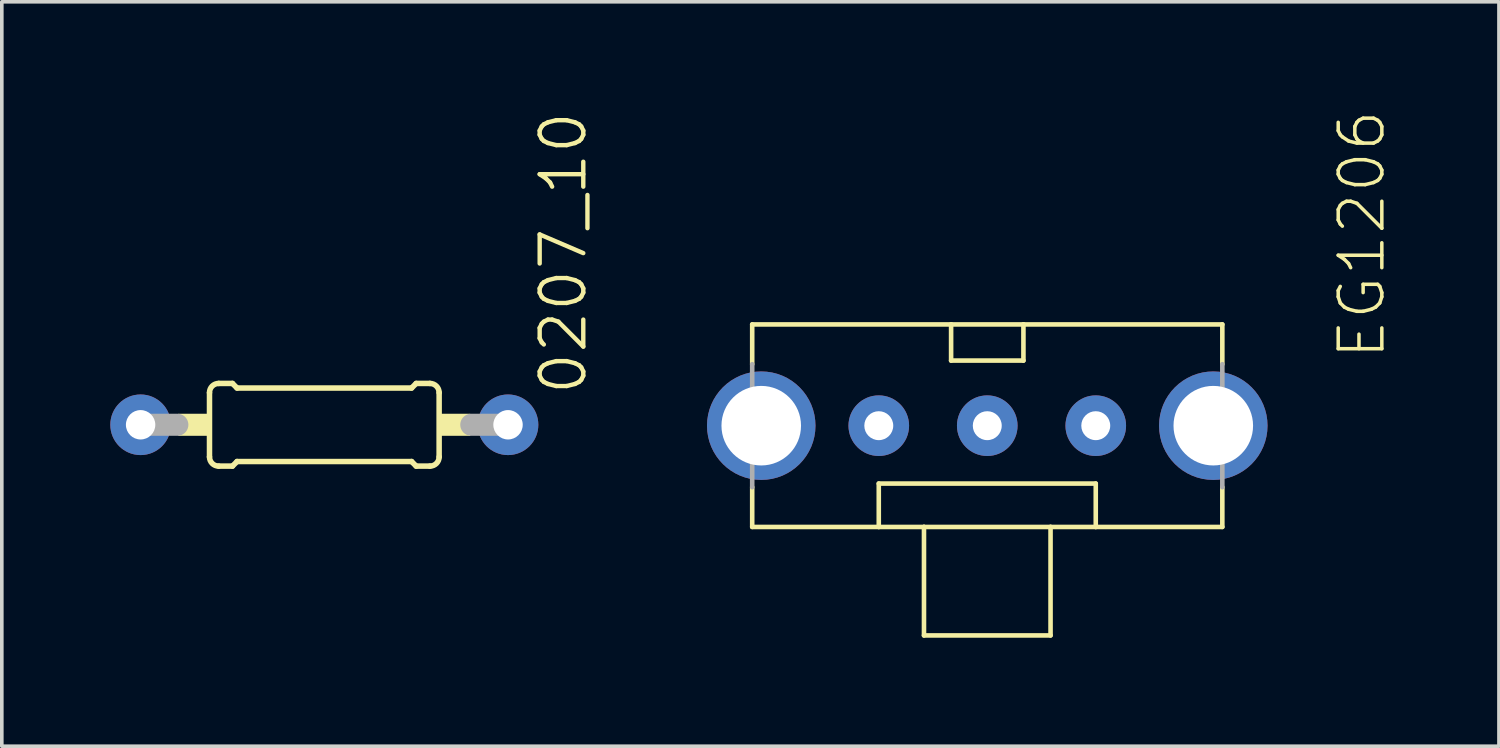
<source format=kicad_pcb>
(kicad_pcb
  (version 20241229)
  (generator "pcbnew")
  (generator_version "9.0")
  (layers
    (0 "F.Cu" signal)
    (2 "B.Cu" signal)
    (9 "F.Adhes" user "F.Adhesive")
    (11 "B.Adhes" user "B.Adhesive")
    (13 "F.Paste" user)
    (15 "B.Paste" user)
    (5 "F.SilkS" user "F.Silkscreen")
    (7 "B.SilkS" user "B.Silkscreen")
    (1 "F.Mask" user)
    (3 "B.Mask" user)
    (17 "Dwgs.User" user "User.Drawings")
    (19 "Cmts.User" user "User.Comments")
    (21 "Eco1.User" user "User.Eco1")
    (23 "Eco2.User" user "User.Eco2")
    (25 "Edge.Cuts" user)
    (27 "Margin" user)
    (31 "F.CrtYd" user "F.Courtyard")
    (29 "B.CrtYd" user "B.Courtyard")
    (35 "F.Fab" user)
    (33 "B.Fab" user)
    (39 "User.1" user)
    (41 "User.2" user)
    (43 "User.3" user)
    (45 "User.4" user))
  (footprint "EG1206"
    (layer "F.Cu")
    (at 24.25 8.721)
    (property "Reference" "EG1206" (at 9.652 -1.778 90) (layer "F.SilkS") (effects (font (size 1.206 1.206) (thickness 0.097)) (justify left top)))
    (attr through_hole)
    (fp_line (start -6.5 -2.8) (end -6.5 -1.7) (stroke (width 0.127) (type solid)) (layer "F.SilkS"))
    (fp_line (start -6.5 -2.8) (end -1 -2.8) (stroke (width 0.127) (type solid)) (layer "F.SilkS"))
    (fp_line (start -6.5 2.8) (end -6.5 1.7) (stroke (width 0.127) (type solid)) (layer "F.SilkS"))
    (fp_line (start -3 1.6) (end 3 1.6) (stroke (width 0.127) (type solid)) (layer "F.SilkS"))
    (fp_line (start -3 2.8) (end -6.5 2.8) (stroke (width 0.127) (type solid)) (layer "F.SilkS"))
    (fp_line (start -3 2.8) (end -3 1.6) (stroke (width 0.127) (type solid)) (layer "F.SilkS"))
    (fp_line (start -1.75 2.8) (end -3 2.8) (stroke (width 0.127) (type solid)) (layer "F.SilkS"))
    (fp_line (start -1.75 2.8) (end -1.75 5.8) (stroke (width 0.127) (type solid)) (layer "F.SilkS"))
    (fp_line (start -1.75 5.8) (end 1.75 5.8) (stroke (width 0.127) (type solid)) (layer "F.SilkS"))
    (fp_line (start -1 -2.8) (end -1 -1.8) (stroke (width 0.127) (type solid)) (layer "F.SilkS"))
    (fp_line (start -1 -2.8) (end 1 -2.8) (stroke (width 0.127) (type solid)) (layer "F.SilkS"))
    (fp_line (start -1 -1.8) (end 1 -1.8) (stroke (width 0.127) (type solid)) (layer "F.SilkS"))
    (fp_line (start 1 -2.8) (end 6.5 -2.8) (stroke (width 0.127) (type solid)) (layer "F.SilkS"))
    (fp_line (start 1 -1.8) (end 1 -2.8) (stroke (width 0.127) (type solid)) (layer "F.SilkS"))
    (fp_line (start 1.75 2.8) (end -1.75 2.8) (stroke (width 0.127) (type solid)) (layer "F.SilkS"))
    (fp_line (start 1.75 5.8) (end 1.75 2.8) (stroke (width 0.127) (type solid)) (layer "F.SilkS"))
    (fp_line (start 3 1.6) (end 3 2.8) (stroke (width 0.127) (type solid)) (layer "F.SilkS"))
    (fp_line (start 3 2.8) (end 1.75 2.8) (stroke (width 0.127) (type solid)) (layer "F.SilkS"))
    (fp_line (start 6.5 -2.8) (end 6.5 -1.7) (stroke (width 0.127) (type solid)) (layer "F.SilkS"))
    (fp_line (start 6.5 2.8) (end 3 2.8) (stroke (width 0.127) (type solid)) (layer "F.SilkS"))
    (fp_line (start 6.5 2.8) (end 6.5 1.7) (stroke (width 0.127) (type solid)) (layer "F.SilkS"))
    (fp_line (start -6.5 -1.7) (end -6.5 1.7) (stroke (width 0.127) (type solid)) (layer "F.Fab"))
    (fp_line (start 6.5 -1.7) (end 6.5 1.7) (stroke (width 0.127) (type solid)) (layer "F.Fab"))
    (pad "1" thru_hole circle (at -3 0) (size 1.676 1.676) (drill 0.8) (layers "*.Cu" "*.Mask"))
    (pad "2" thru_hole circle (at 0 0) (size 1.676 1.676) (drill 0.8) (layers "*.Cu" "*.Mask"))
    (pad "3" thru_hole circle (at 3 0) (size 1.676 1.676) (drill 0.8) (layers "*.Cu" "*.Mask"))
    (pad "MT1" thru_hole circle (at -6.25 0) (size 3 3) (drill 2.2) (layers "*.Cu" "*.Mask"))
    (pad "MT2" thru_hole circle (at 6.25 0) (size 3 3) (drill 2.2) (layers "*.Cu" "*.Mask")))
  (footprint "0207_10"
    (layer "F.Cu")
    (at 5.918 8.696)
    (property "Reference" "0207_10" (at 7.315 -0.762 270) (layer "F.SilkS") (effects (font (size 1.206 1.206) (thickness 0.121)) (justify left bottom)))
    (attr through_hole)
    (fp_line (start -3.175 0.889) (end -3.175 -0.889) (stroke (width 0.152) (type solid)) (layer "F.SilkS"))
    (fp_line (start -2.921 -1.143) (end -2.54 -1.143) (stroke (width 0.152) (type solid)) (layer "F.SilkS"))
    (fp_line (start -2.921 1.143) (end -2.54 1.143) (stroke (width 0.152) (type solid)) (layer "F.SilkS"))
    (fp_line (start -2.413 -1.016) (end -2.54 -1.143) (stroke (width 0.152) (type solid)) (layer "F.SilkS"))
    (fp_line (start -2.413 1.016) (end -2.54 1.143) (stroke (width 0.152) (type solid)) (layer "F.SilkS"))
    (fp_line (start 2.413 -1.016) (end -2.413 -1.016) (stroke (width 0.152) (type solid)) (layer "F.SilkS"))
    (fp_line (start 2.413 -1.016) (end 2.54 -1.143) (stroke (width 0.152) (type solid)) (layer "F.SilkS"))
    (fp_line (start 2.413 1.016) (end -2.413 1.016) (stroke (width 0.152) (type solid)) (layer "F.SilkS"))
    (fp_line (start 2.413 1.016) (end 2.54 1.143) (stroke (width 0.152) (type solid)) (layer "F.SilkS"))
    (fp_line (start 2.921 -1.143) (end 2.54 -1.143) (stroke (width 0.152) (type solid)) (layer "F.SilkS"))
    (fp_line (start 2.921 1.143) (end 2.54 1.143) (stroke (width 0.152) (type solid)) (layer "F.SilkS"))
    (fp_line (start 3.175 0.889) (end 3.175 -0.889) (stroke (width 0.152) (type solid)) (layer "F.SilkS"))
    (fp_arc (start -3.175 -0.889) (mid -3.100605 -1.068605) (end -2.921 -1.143) (stroke (width 0.1524) (type solid)) (layer "F.SilkS"))
    (fp_arc (start -2.921 1.143) (mid -3.100605 1.068605) (end -3.175 0.889) (stroke (width 0.1524) (type solid)) (layer "F.SilkS"))
    (fp_arc (start 2.921 -1.143) (mid 3.100605 -1.068605) (end 3.175 -0.889) (stroke (width 0.1524) (type solid)) (layer "F.SilkS"))
    (fp_arc (start 3.175 0.889) (mid 3.100605 1.068605) (end 2.921 1.143) (stroke (width 0.1524) (type solid)) (layer "F.SilkS"))
    (fp_poly (pts (xy -4.039 0.305) (xy -3.175 0.305) (xy -3.175 -0.305) (xy -4.039 -0.305)) (stroke (width 0) (type solid)) (fill yes) (layer "F.SilkS"))
    (fp_poly (pts (xy 3.175 0.305) (xy 4.039 0.305) (xy 4.039 -0.305) (xy 3.175 -0.305)) (stroke (width 0) (type solid)) (fill yes) (layer "F.SilkS"))
    (fp_line (start -5.08 0) (end -4.064 0) (stroke (width 0.61) (type solid)) (layer "F.Fab"))
    (fp_line (start 5.08 0) (end 4.064 0) (stroke (width 0.61) (type solid)) (layer "F.Fab"))
    (pad "1" thru_hole circle (at -5.08 0) (size 1.676 1.676) (drill 0.813) (layers "*.Cu" "*.Mask"))
    (pad "2" thru_hole circle (at 5.08 0) (size 1.676 1.676) (drill 0.813) (layers "*.Cu" "*.Mask")))
  (gr_rect
    (start -3 -3)
    (end 38.399 17.584)
    (stroke (width 0.1) (type default))
    (fill no)
    (layer "Edge.Cuts")))
</source>
